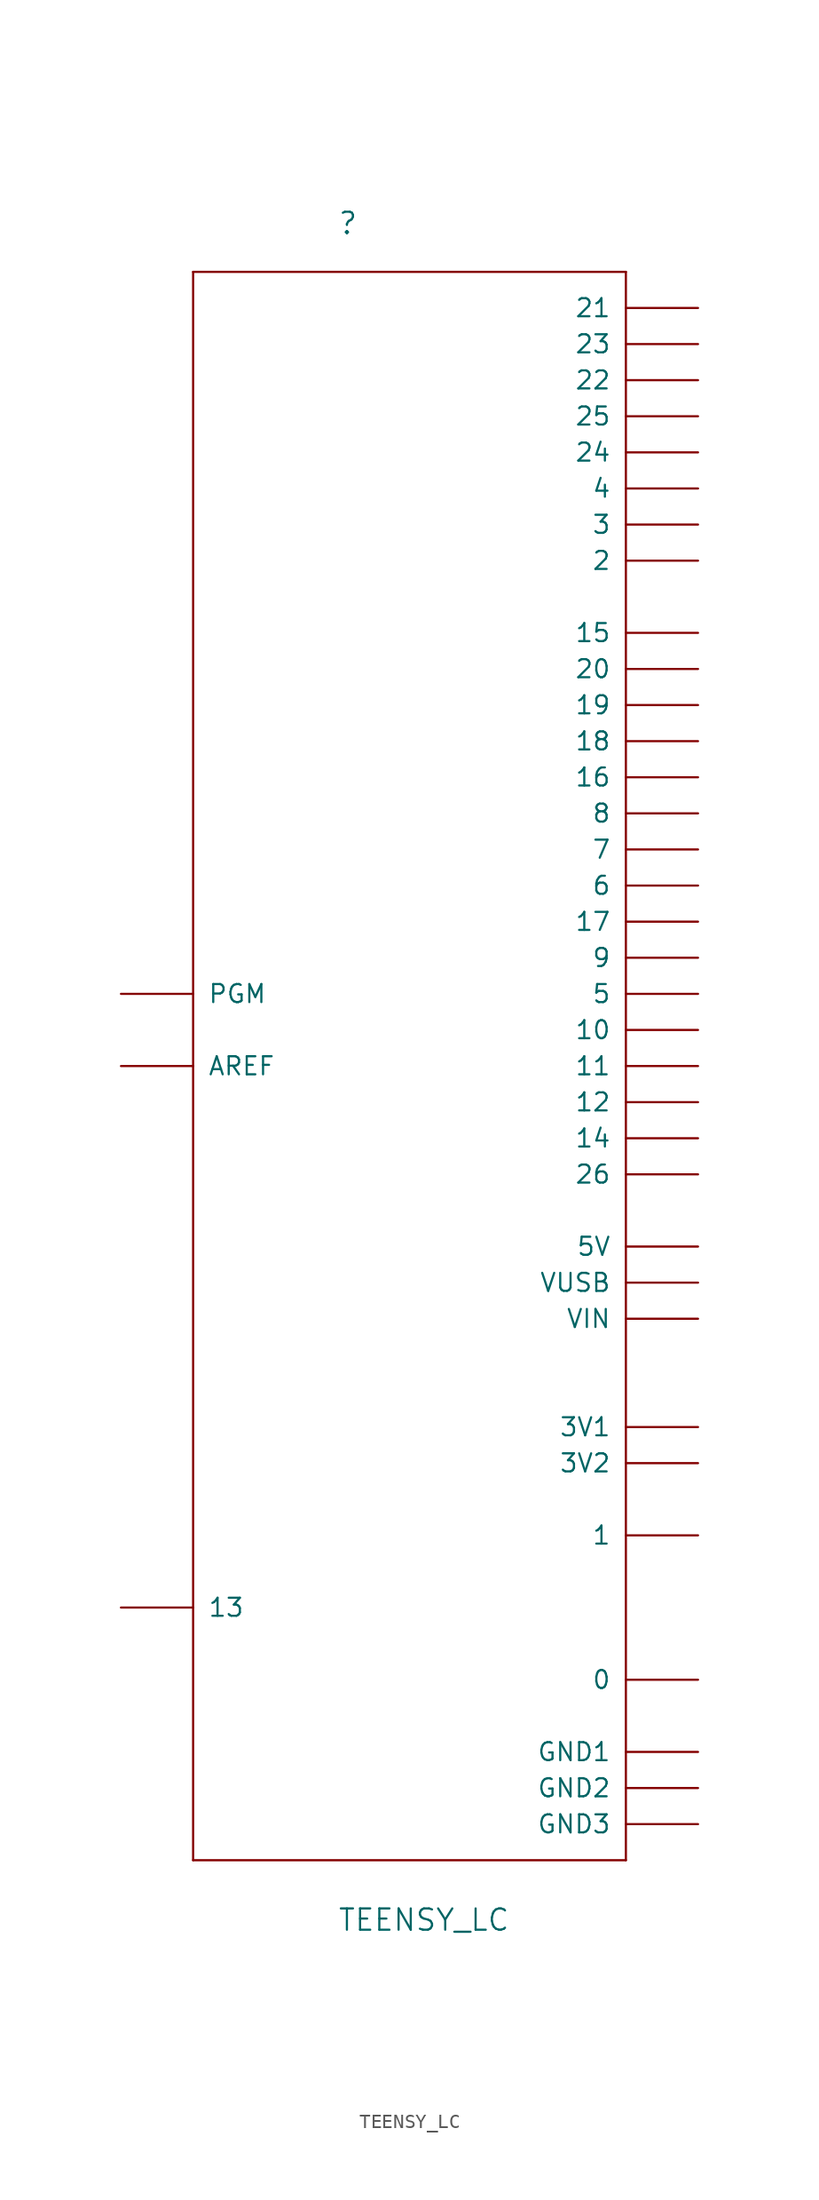
<source format=kicad_sym>
(kicad_symbol_lib
  (version 20211014)
  (generator kicad_symbol_editor)
  (symbol "TEENSY_LC"
    (pin_names
      (offset 1.016))
    (property "Reference" ""
      (at -5.08 38.1 0)
      (effects (font (size 1.499 1.499)) (justify left bottom)))
    (property "Value" "TEENSY_LC"
      (at -5.08 -81.28 0)
      (effects (font (size 1.499 1.499)) (justify left bottom)))
    (property "ki_locked" ""
      (at 0 0 0)
      (effects (font (size 1.27 1.27))))
    (symbol "TEENSY_LC_1_0"
      (polyline (pts (xy -15.24 -76.2) (xy 15.24 -76.2)) (stroke (width 0) (type default) (color 0 0 0 0)) (fill (type none)))
      (polyline (pts (xy -15.24 35.56) (xy -15.24 -76.2)) (stroke (width 0) (type default) (color 0 0 0 0)) (fill (type none)))
      (polyline (pts (xy -15.24 35.56) (xy 15.24 35.56)) (stroke (width 0) (type default) (color 0 0 0 0)) (fill (type none)))
      (polyline (pts (xy 15.24 35.56) (xy 15.24 -76.2)) (stroke (width 0) (type default) (color 0 0 0 0)) (fill (type none)))
      (text "~" (at -5.08 0 0) (effects (font (size 1.067 1.067)) (justify left bottom)))
      (pin bidirectional line (at 20.32 -63.5 180) (length 5.08) (name "0" (effects (font (size 1.27 1.27)))) (number "0" (effects (font (size 0 0)))))
      (pin bidirectional line (at 20.32 -53.34 180) (length 5.08) (name "1" (effects (font (size 1.27 1.27)))) (number "1" (effects (font (size 0 0)))))
      (pin bidirectional line (at 20.32 -17.78 180) (length 5.08) (name "10" (effects (font (size 1.27 1.27)))) (number "10" (effects (font (size 0 0)))))
      (pin bidirectional line (at 20.32 -20.32 180) (length 5.08) (name "11" (effects (font (size 1.27 1.27)))) (number "11" (effects (font (size 0 0)))))
      (pin bidirectional line (at 20.32 -22.86 180) (length 5.08) (name "12" (effects (font (size 1.27 1.27)))) (number "12" (effects (font (size 0 0)))))
      (pin bidirectional line (at -20.32 -58.42 0) (length 5.08) (name "13" (effects (font (size 1.27 1.27)))) (number "13" (effects (font (size 0 0)))))
      (pin bidirectional line (at 20.32 -25.4 180) (length 5.08) (name "14" (effects (font (size 1.27 1.27)))) (number "14" (effects (font (size 0 0)))))
      (pin bidirectional line (at 20.32 10.16 180) (length 5.08) (name "15" (effects (font (size 1.27 1.27)))) (number "15" (effects (font (size 0 0)))))
      (pin bidirectional line (at 20.32 0 180) (length 5.08) (name "16" (effects (font (size 1.27 1.27)))) (number "16" (effects (font (size 0 0)))))
      (pin bidirectional line (at 20.32 -10.16 180) (length 5.08) (name "17" (effects (font (size 1.27 1.27)))) (number "17" (effects (font (size 0 0)))))
      (pin bidirectional line (at 20.32 2.54 180) (length 5.08) (name "18" (effects (font (size 1.27 1.27)))) (number "18" (effects (font (size 0 0)))))
      (pin bidirectional line (at 20.32 5.08 180) (length 5.08) (name "19" (effects (font (size 1.27 1.27)))) (number "19" (effects (font (size 0 0)))))
      (pin bidirectional line (at 20.32 15.24 180) (length 5.08) (name "2" (effects (font (size 1.27 1.27)))) (number "2" (effects (font (size 0 0)))))
      (pin bidirectional line (at 20.32 7.62 180) (length 5.08) (name "20" (effects (font (size 1.27 1.27)))) (number "20" (effects (font (size 0 0)))))
      (pin bidirectional line (at 20.32 33.02 180) (length 5.08) (name "21" (effects (font (size 1.27 1.27)))) (number "21" (effects (font (size 0 0)))))
      (pin bidirectional line (at 20.32 27.94 180) (length 5.08) (name "22" (effects (font (size 1.27 1.27)))) (number "22" (effects (font (size 0 0)))))
      (pin bidirectional line (at 20.32 30.48 180) (length 5.08) (name "23" (effects (font (size 1.27 1.27)))) (number "23" (effects (font (size 0 0)))))
      (pin bidirectional line (at 20.32 22.86 180) (length 5.08) (name "24" (effects (font (size 1.27 1.27)))) (number "24" (effects (font (size 0 0)))))
      (pin bidirectional line (at 20.32 25.4 180) (length 5.08) (name "25" (effects (font (size 1.27 1.27)))) (number "25" (effects (font (size 0 0)))))
      (pin bidirectional line (at 20.32 -27.94 180) (length 5.08) (name "26" (effects (font (size 1.27 1.27)))) (number "26" (effects (font (size 0 0)))))
      (pin bidirectional line (at 20.32 17.78 180) (length 5.08) (name "3" (effects (font (size 1.27 1.27)))) (number "3" (effects (font (size 0 0)))))
      (pin bidirectional line (at 20.32 -45.72 180) (length 5.08) (name "3V1" (effects (font (size 1.27 1.27)))) (number "3V1" (effects (font (size 0 0)))))
      (pin bidirectional line (at 20.32 -48.26 180) (length 5.08) (name "3V2" (effects (font (size 1.27 1.27)))) (number "3V2" (effects (font (size 0 0)))))
      (pin bidirectional line (at 20.32 20.32 180) (length 5.08) (name "4" (effects (font (size 1.27 1.27)))) (number "4" (effects (font (size 0 0)))))
      (pin bidirectional line (at 20.32 -15.24 180) (length 5.08) (name "5" (effects (font (size 1.27 1.27)))) (number "5" (effects (font (size 0 0)))))
      (pin bidirectional line (at 20.32 -33.02 180) (length 5.08) (name "5V" (effects (font (size 1.27 1.27)))) (number "5V" (effects (font (size 0 0)))))
      (pin bidirectional line (at 20.32 -7.62 180) (length 5.08) (name "6" (effects (font (size 1.27 1.27)))) (number "6" (effects (font (size 0 0)))))
      (pin bidirectional line (at 20.32 -5.08 180) (length 5.08) (name "7" (effects (font (size 1.27 1.27)))) (number "7" (effects (font (size 0 0)))))
      (pin bidirectional line (at 20.32 -2.54 180) (length 5.08) (name "8" (effects (font (size 1.27 1.27)))) (number "8" (effects (font (size 0 0)))))
      (pin bidirectional line (at 20.32 -12.7 180) (length 5.08) (name "9" (effects (font (size 1.27 1.27)))) (number "9" (effects (font (size 0 0)))))
      (pin bidirectional line (at -20.32 -20.32 0) (length 5.08) (name "AREF" (effects (font (size 1.27 1.27)))) (number "AREF" (effects (font (size 0 0)))))
      (pin bidirectional line (at 20.32 -68.58 180) (length 5.08) (name "GND1" (effects (font (size 1.27 1.27)))) (number "GND1" (effects (font (size 0 0)))))
      (pin bidirectional line (at 20.32 -71.12 180) (length 5.08) (name "GND2" (effects (font (size 1.27 1.27)))) (number "GND2" (effects (font (size 0 0)))))
      (pin bidirectional line (at 20.32 -73.66 180) (length 5.08) (name "GND3" (effects (font (size 1.27 1.27)))) (number "GND3" (effects (font (size 0 0)))))
      (pin bidirectional line (at -20.32 -15.24 0) (length 5.08) (name "PGM" (effects (font (size 1.27 1.27)))) (number "PGM" (effects (font (size 0 0)))))
      (pin bidirectional line (at 20.32 -38.1 180) (length 5.08) (name "VIN" (effects (font (size 1.27 1.27)))) (number "VIN" (effects (font (size 0 0)))))
      (pin bidirectional line (at 20.32 -35.56 180) (length 5.08) (name "VUSB" (effects (font (size 1.27 1.27)))) (number "VUSB" (effects (font (size 0 0))))))))
</source>
